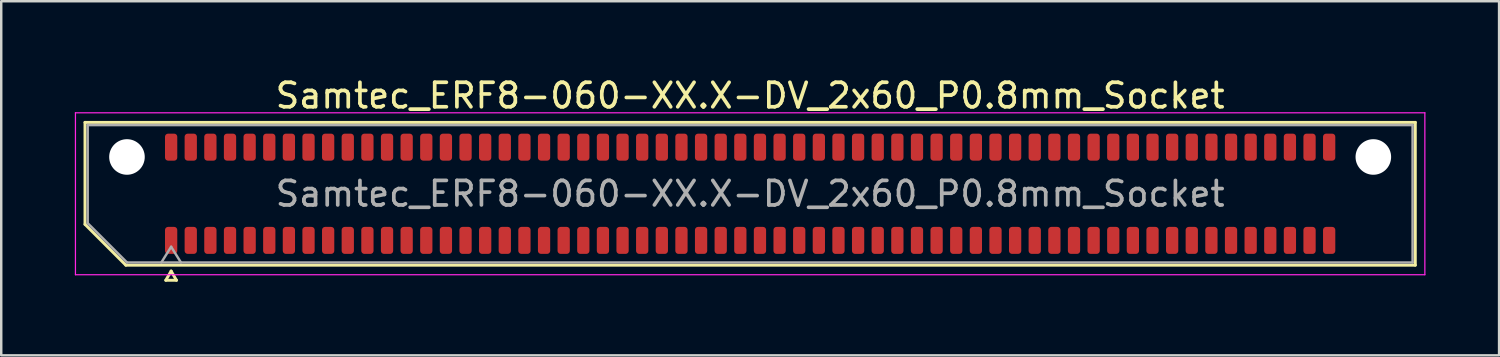
<source format=kicad_pcb>
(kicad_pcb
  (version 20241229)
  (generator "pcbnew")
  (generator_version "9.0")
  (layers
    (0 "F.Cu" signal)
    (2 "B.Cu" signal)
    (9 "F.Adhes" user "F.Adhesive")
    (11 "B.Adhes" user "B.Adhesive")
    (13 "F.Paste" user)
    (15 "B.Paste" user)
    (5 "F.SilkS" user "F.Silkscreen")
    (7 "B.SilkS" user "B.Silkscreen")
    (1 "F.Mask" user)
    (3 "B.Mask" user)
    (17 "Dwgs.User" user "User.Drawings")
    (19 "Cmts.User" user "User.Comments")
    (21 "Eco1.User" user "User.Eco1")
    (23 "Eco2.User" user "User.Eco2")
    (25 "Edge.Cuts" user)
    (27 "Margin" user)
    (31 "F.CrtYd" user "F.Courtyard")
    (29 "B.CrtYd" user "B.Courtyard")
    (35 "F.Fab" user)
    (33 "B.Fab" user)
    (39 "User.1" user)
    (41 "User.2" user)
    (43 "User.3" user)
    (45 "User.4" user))
  (footprint "Samtec_ERF8-060-XX.X-DV_2x60_P0.8mm_Socket"
    (layer "F.Cu")
    (at 27.525 4.848)
    (property "Reference" "Samtec_ERF8-060-XX.X-DV_2x60_P0.8mm_Socket" (at 0 -4 0) (layer "F.SilkS") (effects (font (size 1 1) (thickness 0.15))))
    (attr smd)
    (fp_line (start -27.11 -2.91) (end 27.11 -2.91) (stroke (width 0.12) (type solid)) (layer "F.SilkS"))
    (fp_line (start -27.11 1.246) (end -27.11 -2.91) (stroke (width 0.12) (type solid)) (layer "F.SilkS"))
    (fp_line (start -25.446 2.91) (end -27.11 1.246) (stroke (width 0.12) (type solid)) (layer "F.SilkS"))
    (fp_line (start -23.817 3.525) (end -23.6 3.15) (stroke (width 0.12) (type solid)) (layer "F.SilkS"))
    (fp_line (start -23.6 3.15) (end -23.383 3.525) (stroke (width 0.12) (type solid)) (layer "F.SilkS"))
    (fp_line (start -23.383 3.525) (end -23.817 3.525) (stroke (width 0.12) (type solid)) (layer "F.SilkS"))
    (fp_line (start 27.11 -2.91) (end 27.11 2.91) (stroke (width 0.12) (type solid)) (layer "F.SilkS"))
    (fp_line (start 27.11 2.91) (end -25.446 2.91) (stroke (width 0.12) (type solid)) (layer "F.SilkS"))
    (fp_line (start -27.5 -3.3) (end -27.5 3.3) (stroke (width 0.05) (type solid)) (layer "F.CrtYd"))
    (fp_line (start -27.5 3.3) (end 27.5 3.3) (stroke (width 0.05) (type solid)) (layer "F.CrtYd"))
    (fp_line (start 27.5 -3.3) (end -27.5 -3.3) (stroke (width 0.05) (type solid)) (layer "F.CrtYd"))
    (fp_line (start 27.5 3.3) (end 27.5 -3.3) (stroke (width 0.05) (type solid)) (layer "F.CrtYd"))
    (fp_line (start -27 -2.8) (end 27 -2.8) (stroke (width 0.1) (type solid)) (layer "F.Fab"))
    (fp_line (start -27 1.2) (end -27 -2.8) (stroke (width 0.1) (type solid)) (layer "F.Fab"))
    (fp_line (start -25.4 2.8) (end -27 1.2) (stroke (width 0.1) (type solid)) (layer "F.Fab"))
    (fp_line (start -24 2.8) (end -23.6 2.16) (stroke (width 0.1) (type solid)) (layer "F.Fab"))
    (fp_line (start -23.6 2.16) (end -23.2 2.8) (stroke (width 0.1) (type solid)) (layer "F.Fab"))
    (fp_line (start 27 -2.8) (end 27 2.8) (stroke (width 0.1) (type solid)) (layer "F.Fab"))
    (fp_line (start 27 2.8) (end -25.4 2.8) (stroke (width 0.1) (type solid)) (layer "F.Fab"))
    (fp_text user "${REFERENCE}" (at 0 0 0) (layer "F.Fab") (effects (font (size 1 1) (thickness 0.15))))
    (pad "" np_thru_hole circle (at -25.4 -1.5) (size 1.45 1.45) (drill 1.45) (layers "*.Cu" "*.Mask"))
    (pad "" np_thru_hole circle (at 25.4 -1.5) (size 1.45 1.45) (drill 1.45) (layers "*.Cu" "*.Mask"))
    (pad "1" smd roundrect (at -23.6 1.9) (size 0.5 1.1) (layers "F.Cu" "F.Mask" "F.Paste") (roundrect_rratio 0.25))
    (pad "2" smd roundrect (at -23.6 -1.9) (size 0.5 1.1) (layers "F.Cu" "F.Mask" "F.Paste") (roundrect_rratio 0.25))
    (pad "3" smd roundrect (at -22.8 1.9) (size 0.5 1.1) (layers "F.Cu" "F.Mask" "F.Paste") (roundrect_rratio 0.25))
    (pad "4" smd roundrect (at -22.8 -1.9) (size 0.5 1.1) (layers "F.Cu" "F.Mask" "F.Paste") (roundrect_rratio 0.25))
    (pad "5" smd roundrect (at -22 1.9) (size 0.5 1.1) (layers "F.Cu" "F.Mask" "F.Paste") (roundrect_rratio 0.25))
    (pad "6" smd roundrect (at -22 -1.9) (size 0.5 1.1) (layers "F.Cu" "F.Mask" "F.Paste") (roundrect_rratio 0.25))
    (pad "7" smd roundrect (at -21.2 1.9) (size 0.5 1.1) (layers "F.Cu" "F.Mask" "F.Paste") (roundrect_rratio 0.25))
    (pad "8" smd roundrect (at -21.2 -1.9) (size 0.5 1.1) (layers "F.Cu" "F.Mask" "F.Paste") (roundrect_rratio 0.25))
    (pad "9" smd roundrect (at -20.4 1.9) (size 0.5 1.1) (layers "F.Cu" "F.Mask" "F.Paste") (roundrect_rratio 0.25))
    (pad "10" smd roundrect (at -20.4 -1.9) (size 0.5 1.1) (layers "F.Cu" "F.Mask" "F.Paste") (roundrect_rratio 0.25))
    (pad "11" smd roundrect (at -19.6 1.9) (size 0.5 1.1) (layers "F.Cu" "F.Mask" "F.Paste") (roundrect_rratio 0.25))
    (pad "12" smd roundrect (at -19.6 -1.9) (size 0.5 1.1) (layers "F.Cu" "F.Mask" "F.Paste") (roundrect_rratio 0.25))
    (pad "13" smd roundrect (at -18.8 1.9) (size 0.5 1.1) (layers "F.Cu" "F.Mask" "F.Paste") (roundrect_rratio 0.25))
    (pad "14" smd roundrect (at -18.8 -1.9) (size 0.5 1.1) (layers "F.Cu" "F.Mask" "F.Paste") (roundrect_rratio 0.25))
    (pad "15" smd roundrect (at -18 1.9) (size 0.5 1.1) (layers "F.Cu" "F.Mask" "F.Paste") (roundrect_rratio 0.25))
    (pad "16" smd roundrect (at -18 -1.9) (size 0.5 1.1) (layers "F.Cu" "F.Mask" "F.Paste") (roundrect_rratio 0.25))
    (pad "17" smd roundrect (at -17.2 1.9) (size 0.5 1.1) (layers "F.Cu" "F.Mask" "F.Paste") (roundrect_rratio 0.25))
    (pad "18" smd roundrect (at -17.2 -1.9) (size 0.5 1.1) (layers "F.Cu" "F.Mask" "F.Paste") (roundrect_rratio 0.25))
    (pad "19" smd roundrect (at -16.4 1.9) (size 0.5 1.1) (layers "F.Cu" "F.Mask" "F.Paste") (roundrect_rratio 0.25))
    (pad "20" smd roundrect (at -16.4 -1.9) (size 0.5 1.1) (layers "F.Cu" "F.Mask" "F.Paste") (roundrect_rratio 0.25))
    (pad "21" smd roundrect (at -15.6 1.9) (size 0.5 1.1) (layers "F.Cu" "F.Mask" "F.Paste") (roundrect_rratio 0.25))
    (pad "22" smd roundrect (at -15.6 -1.9) (size 0.5 1.1) (layers "F.Cu" "F.Mask" "F.Paste") (roundrect_rratio 0.25))
    (pad "23" smd roundrect (at -14.8 1.9) (size 0.5 1.1) (layers "F.Cu" "F.Mask" "F.Paste") (roundrect_rratio 0.25))
    (pad "24" smd roundrect (at -14.8 -1.9) (size 0.5 1.1) (layers "F.Cu" "F.Mask" "F.Paste") (roundrect_rratio 0.25))
    (pad "25" smd roundrect (at -14 1.9) (size 0.5 1.1) (layers "F.Cu" "F.Mask" "F.Paste") (roundrect_rratio 0.25))
    (pad "26" smd roundrect (at -14 -1.9) (size 0.5 1.1) (layers "F.Cu" "F.Mask" "F.Paste") (roundrect_rratio 0.25))
    (pad "27" smd roundrect (at -13.2 1.9) (size 0.5 1.1) (layers "F.Cu" "F.Mask" "F.Paste") (roundrect_rratio 0.25))
    (pad "28" smd roundrect (at -13.2 -1.9) (size 0.5 1.1) (layers "F.Cu" "F.Mask" "F.Paste") (roundrect_rratio 0.25))
    (pad "29" smd roundrect (at -12.4 1.9) (size 0.5 1.1) (layers "F.Cu" "F.Mask" "F.Paste") (roundrect_rratio 0.25))
    (pad "30" smd roundrect (at -12.4 -1.9) (size 0.5 1.1) (layers "F.Cu" "F.Mask" "F.Paste") (roundrect_rratio 0.25))
    (pad "31" smd roundrect (at -11.6 1.9) (size 0.5 1.1) (layers "F.Cu" "F.Mask" "F.Paste") (roundrect_rratio 0.25))
    (pad "32" smd roundrect (at -11.6 -1.9) (size 0.5 1.1) (layers "F.Cu" "F.Mask" "F.Paste") (roundrect_rratio 0.25))
    (pad "33" smd roundrect (at -10.8 1.9) (size 0.5 1.1) (layers "F.Cu" "F.Mask" "F.Paste") (roundrect_rratio 0.25))
    (pad "34" smd roundrect (at -10.8 -1.9) (size 0.5 1.1) (layers "F.Cu" "F.Mask" "F.Paste") (roundrect_rratio 0.25))
    (pad "35" smd roundrect (at -10 1.9) (size 0.5 1.1) (layers "F.Cu" "F.Mask" "F.Paste") (roundrect_rratio 0.25))
    (pad "36" smd roundrect (at -10 -1.9) (size 0.5 1.1) (layers "F.Cu" "F.Mask" "F.Paste") (roundrect_rratio 0.25))
    (pad "37" smd roundrect (at -9.2 1.9) (size 0.5 1.1) (layers "F.Cu" "F.Mask" "F.Paste") (roundrect_rratio 0.25))
    (pad "38" smd roundrect (at -9.2 -1.9) (size 0.5 1.1) (layers "F.Cu" "F.Mask" "F.Paste") (roundrect_rratio 0.25))
    (pad "39" smd roundrect (at -8.4 1.9) (size 0.5 1.1) (layers "F.Cu" "F.Mask" "F.Paste") (roundrect_rratio 0.25))
    (pad "40" smd roundrect (at -8.4 -1.9) (size 0.5 1.1) (layers "F.Cu" "F.Mask" "F.Paste") (roundrect_rratio 0.25))
    (pad "41" smd roundrect (at -7.6 1.9) (size 0.5 1.1) (layers "F.Cu" "F.Mask" "F.Paste") (roundrect_rratio 0.25))
    (pad "42" smd roundrect (at -7.6 -1.9) (size 0.5 1.1) (layers "F.Cu" "F.Mask" "F.Paste") (roundrect_rratio 0.25))
    (pad "43" smd roundrect (at -6.8 1.9) (size 0.5 1.1) (layers "F.Cu" "F.Mask" "F.Paste") (roundrect_rratio 0.25))
    (pad "44" smd roundrect (at -6.8 -1.9) (size 0.5 1.1) (layers "F.Cu" "F.Mask" "F.Paste") (roundrect_rratio 0.25))
    (pad "45" smd roundrect (at -6 1.9) (size 0.5 1.1) (layers "F.Cu" "F.Mask" "F.Paste") (roundrect_rratio 0.25))
    (pad "46" smd roundrect (at -6 -1.9) (size 0.5 1.1) (layers "F.Cu" "F.Mask" "F.Paste") (roundrect_rratio 0.25))
    (pad "47" smd roundrect (at -5.2 1.9) (size 0.5 1.1) (layers "F.Cu" "F.Mask" "F.Paste") (roundrect_rratio 0.25))
    (pad "48" smd roundrect (at -5.2 -1.9) (size 0.5 1.1) (layers "F.Cu" "F.Mask" "F.Paste") (roundrect_rratio 0.25))
    (pad "49" smd roundrect (at -4.4 1.9) (size 0.5 1.1) (layers "F.Cu" "F.Mask" "F.Paste") (roundrect_rratio 0.25))
    (pad "50" smd roundrect (at -4.4 -1.9) (size 0.5 1.1) (layers "F.Cu" "F.Mask" "F.Paste") (roundrect_rratio 0.25))
    (pad "51" smd roundrect (at -3.6 1.9) (size 0.5 1.1) (layers "F.Cu" "F.Mask" "F.Paste") (roundrect_rratio 0.25))
    (pad "52" smd roundrect (at -3.6 -1.9) (size 0.5 1.1) (layers "F.Cu" "F.Mask" "F.Paste") (roundrect_rratio 0.25))
    (pad "53" smd roundrect (at -2.8 1.9) (size 0.5 1.1) (layers "F.Cu" "F.Mask" "F.Paste") (roundrect_rratio 0.25))
    (pad "54" smd roundrect (at -2.8 -1.9) (size 0.5 1.1) (layers "F.Cu" "F.Mask" "F.Paste") (roundrect_rratio 0.25))
    (pad "55" smd roundrect (at -2 1.9) (size 0.5 1.1) (layers "F.Cu" "F.Mask" "F.Paste") (roundrect_rratio 0.25))
    (pad "56" smd roundrect (at -2 -1.9) (size 0.5 1.1) (layers "F.Cu" "F.Mask" "F.Paste") (roundrect_rratio 0.25))
    (pad "57" smd roundrect (at -1.2 1.9) (size 0.5 1.1) (layers "F.Cu" "F.Mask" "F.Paste") (roundrect_rratio 0.25))
    (pad "58" smd roundrect (at -1.2 -1.9) (size 0.5 1.1) (layers "F.Cu" "F.Mask" "F.Paste") (roundrect_rratio 0.25))
    (pad "59" smd roundrect (at -0.4 1.9) (size 0.5 1.1) (layers "F.Cu" "F.Mask" "F.Paste") (roundrect_rratio 0.25))
    (pad "60" smd roundrect (at -0.4 -1.9) (size 0.5 1.1) (layers "F.Cu" "F.Mask" "F.Paste") (roundrect_rratio 0.25))
    (pad "61" smd roundrect (at 0.4 1.9) (size 0.5 1.1) (layers "F.Cu" "F.Mask" "F.Paste") (roundrect_rratio 0.25))
    (pad "62" smd roundrect (at 0.4 -1.9) (size 0.5 1.1) (layers "F.Cu" "F.Mask" "F.Paste") (roundrect_rratio 0.25))
    (pad "63" smd roundrect (at 1.2 1.9) (size 0.5 1.1) (layers "F.Cu" "F.Mask" "F.Paste") (roundrect_rratio 0.25))
    (pad "64" smd roundrect (at 1.2 -1.9) (size 0.5 1.1) (layers "F.Cu" "F.Mask" "F.Paste") (roundrect_rratio 0.25))
    (pad "65" smd roundrect (at 2 1.9) (size 0.5 1.1) (layers "F.Cu" "F.Mask" "F.Paste") (roundrect_rratio 0.25))
    (pad "66" smd roundrect (at 2 -1.9) (size 0.5 1.1) (layers "F.Cu" "F.Mask" "F.Paste") (roundrect_rratio 0.25))
    (pad "67" smd roundrect (at 2.8 1.9) (size 0.5 1.1) (layers "F.Cu" "F.Mask" "F.Paste") (roundrect_rratio 0.25))
    (pad "68" smd roundrect (at 2.8 -1.9) (size 0.5 1.1) (layers "F.Cu" "F.Mask" "F.Paste") (roundrect_rratio 0.25))
    (pad "69" smd roundrect (at 3.6 1.9) (size 0.5 1.1) (layers "F.Cu" "F.Mask" "F.Paste") (roundrect_rratio 0.25))
    (pad "70" smd roundrect (at 3.6 -1.9) (size 0.5 1.1) (layers "F.Cu" "F.Mask" "F.Paste") (roundrect_rratio 0.25))
    (pad "71" smd roundrect (at 4.4 1.9) (size 0.5 1.1) (layers "F.Cu" "F.Mask" "F.Paste") (roundrect_rratio 0.25))
    (pad "72" smd roundrect (at 4.4 -1.9) (size 0.5 1.1) (layers "F.Cu" "F.Mask" "F.Paste") (roundrect_rratio 0.25))
    (pad "73" smd roundrect (at 5.2 1.9) (size 0.5 1.1) (layers "F.Cu" "F.Mask" "F.Paste") (roundrect_rratio 0.25))
    (pad "74" smd roundrect (at 5.2 -1.9) (size 0.5 1.1) (layers "F.Cu" "F.Mask" "F.Paste") (roundrect_rratio 0.25))
    (pad "75" smd roundrect (at 6 1.9) (size 0.5 1.1) (layers "F.Cu" "F.Mask" "F.Paste") (roundrect_rratio 0.25))
    (pad "76" smd roundrect (at 6 -1.9) (size 0.5 1.1) (layers "F.Cu" "F.Mask" "F.Paste") (roundrect_rratio 0.25))
    (pad "77" smd roundrect (at 6.8 1.9) (size 0.5 1.1) (layers "F.Cu" "F.Mask" "F.Paste") (roundrect_rratio 0.25))
    (pad "78" smd roundrect (at 6.8 -1.9) (size 0.5 1.1) (layers "F.Cu" "F.Mask" "F.Paste") (roundrect_rratio 0.25))
    (pad "79" smd roundrect (at 7.6 1.9) (size 0.5 1.1) (layers "F.Cu" "F.Mask" "F.Paste") (roundrect_rratio 0.25))
    (pad "80" smd roundrect (at 7.6 -1.9) (size 0.5 1.1) (layers "F.Cu" "F.Mask" "F.Paste") (roundrect_rratio 0.25))
    (pad "81" smd roundrect (at 8.4 1.9) (size 0.5 1.1) (layers "F.Cu" "F.Mask" "F.Paste") (roundrect_rratio 0.25))
    (pad "82" smd roundrect (at 8.4 -1.9) (size 0.5 1.1) (layers "F.Cu" "F.Mask" "F.Paste") (roundrect_rratio 0.25))
    (pad "83" smd roundrect (at 9.2 1.9) (size 0.5 1.1) (layers "F.Cu" "F.Mask" "F.Paste") (roundrect_rratio 0.25))
    (pad "84" smd roundrect (at 9.2 -1.9) (size 0.5 1.1) (layers "F.Cu" "F.Mask" "F.Paste") (roundrect_rratio 0.25))
    (pad "85" smd roundrect (at 10 1.9) (size 0.5 1.1) (layers "F.Cu" "F.Mask" "F.Paste") (roundrect_rratio 0.25))
    (pad "86" smd roundrect (at 10 -1.9) (size 0.5 1.1) (layers "F.Cu" "F.Mask" "F.Paste") (roundrect_rratio 0.25))
    (pad "87" smd roundrect (at 10.8 1.9) (size 0.5 1.1) (layers "F.Cu" "F.Mask" "F.Paste") (roundrect_rratio 0.25))
    (pad "88" smd roundrect (at 10.8 -1.9) (size 0.5 1.1) (layers "F.Cu" "F.Mask" "F.Paste") (roundrect_rratio 0.25))
    (pad "89" smd roundrect (at 11.6 1.9) (size 0.5 1.1) (layers "F.Cu" "F.Mask" "F.Paste") (roundrect_rratio 0.25))
    (pad "90" smd roundrect (at 11.6 -1.9) (size 0.5 1.1) (layers "F.Cu" "F.Mask" "F.Paste") (roundrect_rratio 0.25))
    (pad "91" smd roundrect (at 12.4 1.9) (size 0.5 1.1) (layers "F.Cu" "F.Mask" "F.Paste") (roundrect_rratio 0.25))
    (pad "92" smd roundrect (at 12.4 -1.9) (size 0.5 1.1) (layers "F.Cu" "F.Mask" "F.Paste") (roundrect_rratio 0.25))
    (pad "93" smd roundrect (at 13.2 1.9) (size 0.5 1.1) (layers "F.Cu" "F.Mask" "F.Paste") (roundrect_rratio 0.25))
    (pad "94" smd roundrect (at 13.2 -1.9) (size 0.5 1.1) (layers "F.Cu" "F.Mask" "F.Paste") (roundrect_rratio 0.25))
    (pad "95" smd roundrect (at 14 1.9) (size 0.5 1.1) (layers "F.Cu" "F.Mask" "F.Paste") (roundrect_rratio 0.25))
    (pad "96" smd roundrect (at 14 -1.9) (size 0.5 1.1) (layers "F.Cu" "F.Mask" "F.Paste") (roundrect_rratio 0.25))
    (pad "97" smd roundrect (at 14.8 1.9) (size 0.5 1.1) (layers "F.Cu" "F.Mask" "F.Paste") (roundrect_rratio 0.25))
    (pad "98" smd roundrect (at 14.8 -1.9) (size 0.5 1.1) (layers "F.Cu" "F.Mask" "F.Paste") (roundrect_rratio 0.25))
    (pad "99" smd roundrect (at 15.6 1.9) (size 0.5 1.1) (layers "F.Cu" "F.Mask" "F.Paste") (roundrect_rratio 0.25))
    (pad "100" smd roundrect (at 15.6 -1.9) (size 0.5 1.1) (layers "F.Cu" "F.Mask" "F.Paste") (roundrect_rratio 0.25))
    (pad "101" smd roundrect (at 16.4 1.9) (size 0.5 1.1) (layers "F.Cu" "F.Mask" "F.Paste") (roundrect_rratio 0.25))
    (pad "102" smd roundrect (at 16.4 -1.9) (size 0.5 1.1) (layers "F.Cu" "F.Mask" "F.Paste") (roundrect_rratio 0.25))
    (pad "103" smd roundrect (at 17.2 1.9) (size 0.5 1.1) (layers "F.Cu" "F.Mask" "F.Paste") (roundrect_rratio 0.25))
    (pad "104" smd roundrect (at 17.2 -1.9) (size 0.5 1.1) (layers "F.Cu" "F.Mask" "F.Paste") (roundrect_rratio 0.25))
    (pad "105" smd roundrect (at 18 1.9) (size 0.5 1.1) (layers "F.Cu" "F.Mask" "F.Paste") (roundrect_rratio 0.25))
    (pad "106" smd roundrect (at 18 -1.9) (size 0.5 1.1) (layers "F.Cu" "F.Mask" "F.Paste") (roundrect_rratio 0.25))
    (pad "107" smd roundrect (at 18.8 1.9) (size 0.5 1.1) (layers "F.Cu" "F.Mask" "F.Paste") (roundrect_rratio 0.25))
    (pad "108" smd roundrect (at 18.8 -1.9) (size 0.5 1.1) (layers "F.Cu" "F.Mask" "F.Paste") (roundrect_rratio 0.25))
    (pad "109" smd roundrect (at 19.6 1.9) (size 0.5 1.1) (layers "F.Cu" "F.Mask" "F.Paste") (roundrect_rratio 0.25))
    (pad "110" smd roundrect (at 19.6 -1.9) (size 0.5 1.1) (layers "F.Cu" "F.Mask" "F.Paste") (roundrect_rratio 0.25))
    (pad "111" smd roundrect (at 20.4 1.9) (size 0.5 1.1) (layers "F.Cu" "F.Mask" "F.Paste") (roundrect_rratio 0.25))
    (pad "112" smd roundrect (at 20.4 -1.9) (size 0.5 1.1) (layers "F.Cu" "F.Mask" "F.Paste") (roundrect_rratio 0.25))
    (pad "113" smd roundrect (at 21.2 1.9) (size 0.5 1.1) (layers "F.Cu" "F.Mask" "F.Paste") (roundrect_rratio 0.25))
    (pad "114" smd roundrect (at 21.2 -1.9) (size 0.5 1.1) (layers "F.Cu" "F.Mask" "F.Paste") (roundrect_rratio 0.25))
    (pad "115" smd roundrect (at 22 1.9) (size 0.5 1.1) (layers "F.Cu" "F.Mask" "F.Paste") (roundrect_rratio 0.25))
    (pad "116" smd roundrect (at 22 -1.9) (size 0.5 1.1) (layers "F.Cu" "F.Mask" "F.Paste") (roundrect_rratio 0.25))
    (pad "117" smd roundrect (at 22.8 1.9) (size 0.5 1.1) (layers "F.Cu" "F.Mask" "F.Paste") (roundrect_rratio 0.25))
    (pad "118" smd roundrect (at 22.8 -1.9) (size 0.5 1.1) (layers "F.Cu" "F.Mask" "F.Paste") (roundrect_rratio 0.25))
    (pad "119" smd roundrect (at 23.6 1.9) (size 0.5 1.1) (layers "F.Cu" "F.Mask" "F.Paste") (roundrect_rratio 0.25))
    (pad "120" smd roundrect (at 23.6 -1.9) (size 0.5 1.1) (layers "F.Cu" "F.Mask" "F.Paste") (roundrect_rratio 0.25)))
  (gr_rect
    (start -3 -3)
    (end 58.05 11.433)
    (stroke (width 0.1) (type default))
    (fill no)
    (layer "Edge.Cuts")))
</source>
